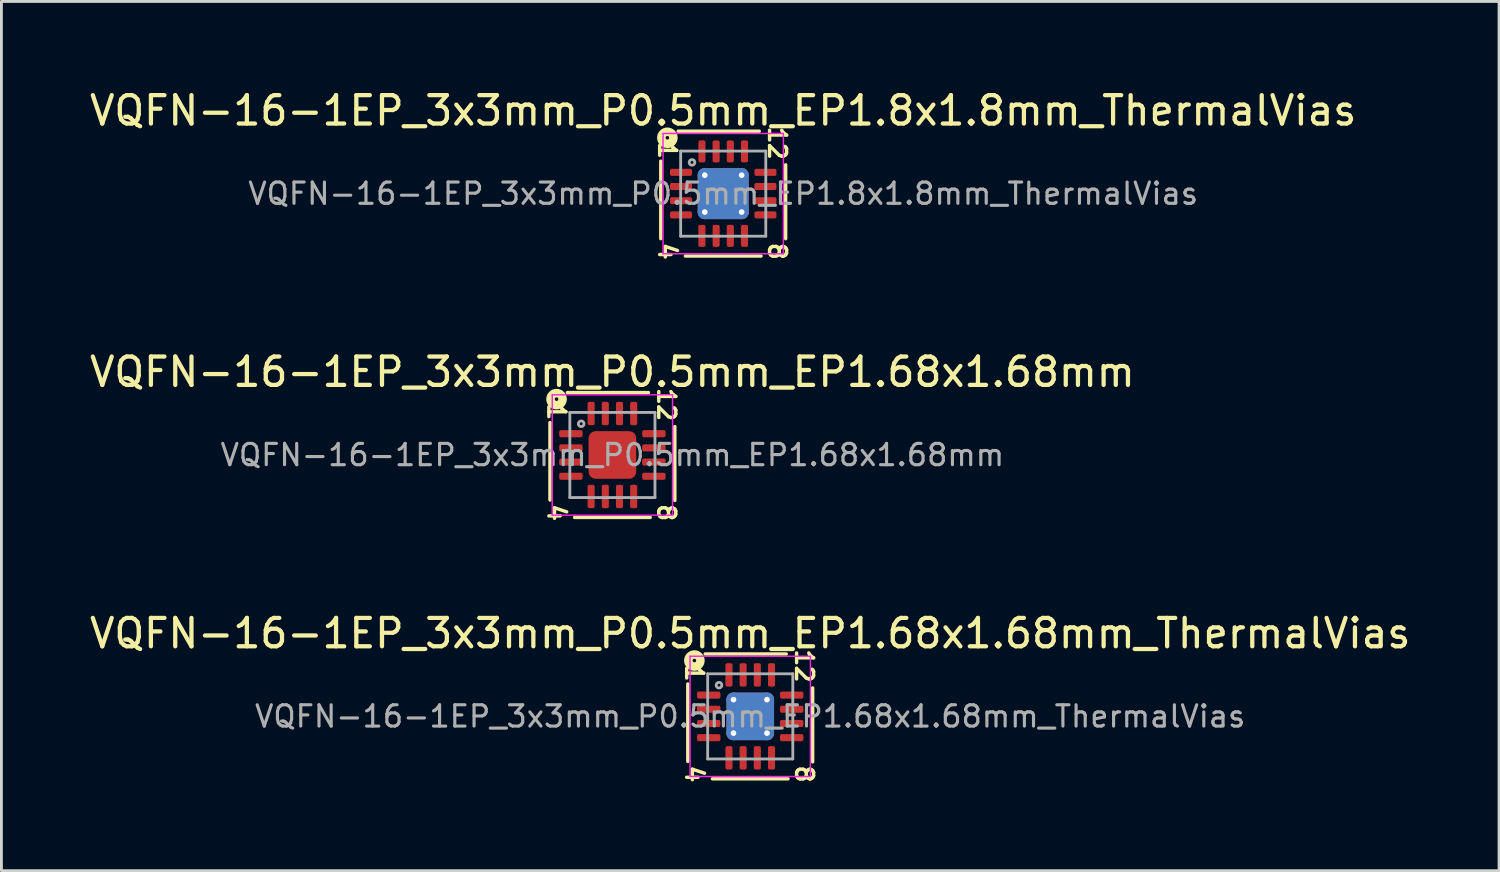
<source format=kicad_pcb>
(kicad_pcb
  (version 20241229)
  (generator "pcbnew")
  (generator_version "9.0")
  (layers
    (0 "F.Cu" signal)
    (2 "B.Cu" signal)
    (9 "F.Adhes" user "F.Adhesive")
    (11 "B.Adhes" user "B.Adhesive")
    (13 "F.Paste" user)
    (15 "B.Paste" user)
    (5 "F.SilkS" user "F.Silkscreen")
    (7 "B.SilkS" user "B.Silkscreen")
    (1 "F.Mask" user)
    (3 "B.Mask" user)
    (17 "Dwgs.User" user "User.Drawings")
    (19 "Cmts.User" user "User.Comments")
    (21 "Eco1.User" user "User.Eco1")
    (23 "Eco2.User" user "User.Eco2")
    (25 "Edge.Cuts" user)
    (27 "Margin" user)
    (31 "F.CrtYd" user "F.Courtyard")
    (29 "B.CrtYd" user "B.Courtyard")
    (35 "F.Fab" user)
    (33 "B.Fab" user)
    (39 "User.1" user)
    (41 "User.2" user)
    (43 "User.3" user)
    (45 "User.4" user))
  (footprint "VQFN-16-1EP_3x3mm_P0.5mm_EP1.68x1.68mm_ThermalVias"
    (layer "F.Cu")
    (at 23.387 22.194)
    (property "Reference" "VQFN-16-1EP_3x3mm_P0.5mm_EP1.68x1.68mm_ThermalVias" (at 0 -2.925 0) (layer "F.SilkS") (effects (font (size 1 1) (thickness 0.15))))
    (attr smd)
    (fp_line (start -2.2 1.587) (end -2.2 -1.143) (stroke (width 0.12) (type solid)) (layer "F.SilkS"))
    (fp_line (start -1.587 -2.2) (end 1.27 -2.2) (stroke (width 0.12) (type solid)) (layer "F.SilkS"))
    (fp_line (start 1.333 2.2) (end -1.333 2.2) (stroke (width 0.12) (type solid)) (layer "F.SilkS"))
    (fp_line (start 2.2 -1.002) (end 2.2 1.602) (stroke (width 0.12) (type solid)) (layer "F.SilkS"))
    (fp_circle (center -1.968 -1.968) (end -1.905 -1.968) (stroke (width 0.3) (type solid)) (fill no) (layer "F.SilkS"))
    (fp_line (start -2.12 -2.12) (end -2.12 2.12) (stroke (width 0.05) (type solid)) (layer "F.CrtYd"))
    (fp_line (start -2.12 2.12) (end 2.12 2.12) (stroke (width 0.05) (type solid)) (layer "F.CrtYd"))
    (fp_line (start 2.12 -2.12) (end -2.12 -2.12) (stroke (width 0.05) (type solid)) (layer "F.CrtYd"))
    (fp_line (start 2.12 2.12) (end 2.12 -2.12) (stroke (width 0.05) (type solid)) (layer "F.CrtYd"))
    (fp_line (start -1.5 -1.5) (end 1.5 -1.5) (stroke (width 0.1) (type solid)) (layer "F.Fab"))
    (fp_line (start -1.5 1.5) (end -1.5 -1.5) (stroke (width 0.1) (type solid)) (layer "F.Fab"))
    (fp_line (start 1.5 -1.5) (end 1.5 1.5) (stroke (width 0.1) (type solid)) (layer "F.Fab"))
    (fp_line (start 1.5 1.5) (end -1.5 1.5) (stroke (width 0.1) (type solid)) (layer "F.Fab"))
    (fp_circle (center -1.1 -1.1) (end -1 -1.1) (stroke (width 0.1) (type solid)) (fill no) (layer "F.Fab"))
    (fp_text user "4" (at -1.968 2.032 270) (unlocked yes) (layer "F.SilkS") (effects (font (size 0.6 0.6) (thickness 0.12))))
    (fp_text user "1" (at -1.968 -1.524 270) (unlocked yes) (layer "F.SilkS") (effects (font (size 0.6 0.6) (thickness 0.12))))
    (fp_text user "8" (at 1.905 2.032 270) (unlocked yes) (layer "F.SilkS") (effects (font (size 0.6 0.6) (thickness 0.12))))
    (fp_text user "12" (at 1.905 -1.778 270) (unlocked yes) (layer "F.SilkS") (effects (font (size 0.6 0.6) (thickness 0.12))))
    (fp_text user "${REFERENCE}" (at 0 0 0) (layer "F.Fab") (effects (font (size 0.75 0.75) (thickness 0.11))))
    (pad "" smd roundrect (at -0.42 -0.42) (size 0.73 0.73) (layers "F.Paste") (roundrect_rratio 0.25))
    (pad "" smd roundrect (at -0.42 0.42) (size 0.73 0.73) (layers "F.Paste") (roundrect_rratio 0.25))
    (pad "" smd roundrect (at 0.42 -0.42) (size 0.73 0.73) (layers "F.Paste") (roundrect_rratio 0.25))
    (pad "" smd roundrect (at 0.42 0.42) (size 0.73 0.73) (layers "F.Paste") (roundrect_rratio 0.25))
    (pad "1" smd roundrect (at -1.462 -0.75) (size 0.825 0.25) (layers "F.Cu" "F.Mask" "F.Paste") (roundrect_rratio 0.25))
    (pad "2" smd roundrect (at -1.462 -0.25) (size 0.825 0.25) (layers "F.Cu" "F.Mask" "F.Paste") (roundrect_rratio 0.25))
    (pad "3" smd roundrect (at -1.462 0.25) (size 0.825 0.25) (layers "F.Cu" "F.Mask" "F.Paste") (roundrect_rratio 0.25))
    (pad "4" smd roundrect (at -1.462 0.75) (size 0.825 0.25) (layers "F.Cu" "F.Mask" "F.Paste") (roundrect_rratio 0.25))
    (pad "5" smd roundrect (at -0.75 1.462) (size 0.25 0.825) (layers "F.Cu" "F.Mask" "F.Paste") (roundrect_rratio 0.25))
    (pad "6" smd roundrect (at -0.25 1.462) (size 0.25 0.825) (layers "F.Cu" "F.Mask" "F.Paste") (roundrect_rratio 0.25))
    (pad "7" smd roundrect (at 0.25 1.462) (size 0.25 0.825) (layers "F.Cu" "F.Mask" "F.Paste") (roundrect_rratio 0.25))
    (pad "8" smd roundrect (at 0.75 1.462) (size 0.25 0.825) (layers "F.Cu" "F.Mask" "F.Paste") (roundrect_rratio 0.25))
    (pad "9" smd roundrect (at 1.462 0.75) (size 0.825 0.25) (layers "F.Cu" "F.Mask" "F.Paste") (roundrect_rratio 0.25))
    (pad "10" smd roundrect (at 1.462 0.25) (size 0.825 0.25) (layers "F.Cu" "F.Mask" "F.Paste") (roundrect_rratio 0.25))
    (pad "11" smd roundrect (at 1.462 -0.25) (size 0.825 0.25) (layers "F.Cu" "F.Mask" "F.Paste") (roundrect_rratio 0.25))
    (pad "12" smd roundrect (at 1.462 -0.75) (size 0.825 0.25) (layers "F.Cu" "F.Mask" "F.Paste") (roundrect_rratio 0.25))
    (pad "13" smd roundrect (at 0.75 -1.462) (size 0.25 0.825) (layers "F.Cu" "F.Mask" "F.Paste") (roundrect_rratio 0.25))
    (pad "14" smd roundrect (at 0.25 -1.462) (size 0.25 0.825) (layers "F.Cu" "F.Mask" "F.Paste") (roundrect_rratio 0.25))
    (pad "15" smd roundrect (at -0.25 -1.462) (size 0.25 0.825) (layers "F.Cu" "F.Mask" "F.Paste") (roundrect_rratio 0.25))
    (pad "16" smd roundrect (at -0.75 -1.462) (size 0.25 0.825) (layers "F.Cu" "F.Mask" "F.Paste") (roundrect_rratio 0.25))
    (pad "17" thru_hole circle (at -0.59 -0.59) (size 0.5 0.5) (drill 0.2) (property pad_prop_heatsink) (layers "*.Cu"))
    (pad "17" thru_hole circle (at -0.59 0.59) (size 0.5 0.5) (drill 0.2) (property pad_prop_heatsink) (layers "*.Cu"))
    (pad "17" smd roundrect (at 0 0) (size 1.68 1.68) (layers "F.Cu" "F.Mask") (roundrect_rratio 0.149))
    (pad "17" smd roundrect (at 0 0) (size 1.68 1.68) (layers "B.Cu" "B.Mask") (roundrect_rratio 0.149))
    (pad "17" thru_hole circle (at 0.59 -0.59) (size 0.5 0.5) (drill 0.2) (property pad_prop_heatsink) (layers "*.Cu"))
    (pad "17" thru_hole circle (at 0.59 0.59) (size 0.5 0.5) (drill 0.2) (property pad_prop_heatsink) (layers "*.Cu")))
  (footprint "VQFN-16-1EP_3x3mm_P0.5mm_EP1.8x1.8mm_ThermalVias"
    (layer "F.Cu")
    (at 22.435 3.773)
    (property "Reference" "VQFN-16-1EP_3x3mm_P0.5mm_EP1.8x1.8mm_ThermalVias" (at 0 -2.925 0) (layer "F.SilkS") (effects (font (size 1 1) (thickness 0.15))))
    (attr smd)
    (fp_line (start -2.2 1.587) (end -2.2 -1.143) (stroke (width 0.12) (type solid)) (layer "F.SilkS"))
    (fp_line (start -1.587 -2.2) (end 1.27 -2.2) (stroke (width 0.12) (type solid)) (layer "F.SilkS"))
    (fp_line (start 1.333 2.2) (end -1.333 2.2) (stroke (width 0.12) (type solid)) (layer "F.SilkS"))
    (fp_line (start 2.2 -1.016) (end 2.2 1.587) (stroke (width 0.12) (type solid)) (layer "F.SilkS"))
    (fp_circle (center -1.968 -1.968) (end -1.905 -1.968) (stroke (width 0.3) (type solid)) (fill no) (layer "F.SilkS"))
    (fp_line (start -2.12 -2.12) (end -2.12 2.12) (stroke (width 0.05) (type solid)) (layer "F.CrtYd"))
    (fp_line (start -2.12 2.12) (end 2.12 2.12) (stroke (width 0.05) (type solid)) (layer "F.CrtYd"))
    (fp_line (start 2.12 -2.12) (end -2.12 -2.12) (stroke (width 0.05) (type solid)) (layer "F.CrtYd"))
    (fp_line (start 2.12 2.12) (end 2.12 -2.12) (stroke (width 0.05) (type solid)) (layer "F.CrtYd"))
    (fp_line (start -1.5 -1.5) (end 1.5 -1.5) (stroke (width 0.1) (type solid)) (layer "F.Fab"))
    (fp_line (start -1.5 1.5) (end -1.5 -1.5) (stroke (width 0.1) (type solid)) (layer "F.Fab"))
    (fp_line (start 1.5 -1.5) (end 1.5 1.5) (stroke (width 0.1) (type solid)) (layer "F.Fab"))
    (fp_line (start 1.5 1.5) (end -1.5 1.5) (stroke (width 0.1) (type solid)) (layer "F.Fab"))
    (fp_circle (center -1.1 -1.1) (end -1 -1.1) (stroke (width 0.1) (type solid)) (fill no) (layer "F.Fab"))
    (fp_text user "4" (at -1.968 2.032 270) (unlocked yes) (layer "F.SilkS") (effects (font (size 0.6 0.6) (thickness 0.12))))
    (fp_text user "8" (at 1.905 2.032 270) (unlocked yes) (layer "F.SilkS") (effects (font (size 0.6 0.6) (thickness 0.12))))
    (fp_text user "1" (at -1.968 -1.524 270) (unlocked yes) (layer "F.SilkS") (effects (font (size 0.6 0.6) (thickness 0.12))))
    (fp_text user "12" (at 1.905 -1.778 270) (unlocked yes) (layer "F.SilkS") (effects (font (size 0.6 0.6) (thickness 0.12))))
    (fp_text user "${REFERENCE}" (at 0 0 0) (layer "F.Fab") (effects (font (size 0.75 0.75) (thickness 0.11))))
    (pad "" smd roundrect (at -0.45 -0.45) (size 0.78 0.78) (layers "F.Paste") (roundrect_rratio 0.25))
    (pad "" smd roundrect (at -0.45 0.45) (size 0.78 0.78) (layers "F.Paste") (roundrect_rratio 0.25))
    (pad "" smd roundrect (at 0.45 -0.45) (size 0.78 0.78) (layers "F.Paste") (roundrect_rratio 0.25))
    (pad "" smd roundrect (at 0.45 0.45) (size 0.78 0.78) (layers "F.Paste") (roundrect_rratio 0.25))
    (pad "1" smd roundrect (at -1.488 -0.75) (size 0.775 0.25) (layers "F.Cu" "F.Mask" "F.Paste") (roundrect_rratio 0.25))
    (pad "2" smd roundrect (at -1.488 -0.25) (size 0.775 0.25) (layers "F.Cu" "F.Mask" "F.Paste") (roundrect_rratio 0.25))
    (pad "3" smd roundrect (at -1.488 0.25) (size 0.775 0.25) (layers "F.Cu" "F.Mask" "F.Paste") (roundrect_rratio 0.25))
    (pad "4" smd roundrect (at -1.488 0.75) (size 0.775 0.25) (layers "F.Cu" "F.Mask" "F.Paste") (roundrect_rratio 0.25))
    (pad "5" smd roundrect (at -0.75 1.488) (size 0.25 0.775) (layers "F.Cu" "F.Mask" "F.Paste") (roundrect_rratio 0.25))
    (pad "6" smd roundrect (at -0.25 1.488) (size 0.25 0.775) (layers "F.Cu" "F.Mask" "F.Paste") (roundrect_rratio 0.25))
    (pad "7" smd roundrect (at 0.25 1.488) (size 0.25 0.775) (layers "F.Cu" "F.Mask" "F.Paste") (roundrect_rratio 0.25))
    (pad "8" smd roundrect (at 0.75 1.488) (size 0.25 0.775) (layers "F.Cu" "F.Mask" "F.Paste") (roundrect_rratio 0.25))
    (pad "9" smd roundrect (at 1.488 0.75) (size 0.775 0.25) (layers "F.Cu" "F.Mask" "F.Paste") (roundrect_rratio 0.25))
    (pad "10" smd roundrect (at 1.488 0.25) (size 0.775 0.25) (layers "F.Cu" "F.Mask" "F.Paste") (roundrect_rratio 0.25))
    (pad "11" smd roundrect (at 1.488 -0.25) (size 0.775 0.25) (layers "F.Cu" "F.Mask" "F.Paste") (roundrect_rratio 0.25))
    (pad "12" smd roundrect (at 1.488 -0.75) (size 0.775 0.25) (layers "F.Cu" "F.Mask" "F.Paste") (roundrect_rratio 0.25))
    (pad "13" smd roundrect (at 0.75 -1.488) (size 0.25 0.775) (layers "F.Cu" "F.Mask" "F.Paste") (roundrect_rratio 0.25))
    (pad "14" smd roundrect (at 0.25 -1.488) (size 0.25 0.775) (layers "F.Cu" "F.Mask" "F.Paste") (roundrect_rratio 0.25))
    (pad "15" smd roundrect (at -0.25 -1.488) (size 0.25 0.775) (layers "F.Cu" "F.Mask" "F.Paste") (roundrect_rratio 0.25))
    (pad "16" smd roundrect (at -0.75 -1.488) (size 0.25 0.775) (layers "F.Cu" "F.Mask" "F.Paste") (roundrect_rratio 0.25))
    (pad "17" thru_hole circle (at -0.65 -0.65) (size 0.5 0.5) (drill 0.2) (property pad_prop_heatsink) (layers "*.Cu"))
    (pad "17" thru_hole circle (at -0.65 0.65) (size 0.5 0.5) (drill 0.2) (property pad_prop_heatsink) (layers "*.Cu"))
    (pad "17" smd roundrect (at 0 0) (size 1.8 1.8) (layers "F.Cu" "F.Mask") (roundrect_rratio 0.139))
    (pad "17" smd roundrect (at 0 0) (size 1.8 1.8) (layers "B.Cu" "B.Mask") (roundrect_rratio 0.139))
    (pad "17" thru_hole circle (at 0.65 -0.65) (size 0.5 0.5) (drill 0.2) (property pad_prop_heatsink) (layers "*.Cu"))
    (pad "17" thru_hole circle (at 0.65 0.65) (size 0.5 0.5) (drill 0.2) (property pad_prop_heatsink) (layers "*.Cu")))
  (footprint "VQFN-16-1EP_3x3mm_P0.5mm_EP1.68x1.68mm"
    (layer "F.Cu")
    (at 18.53 12.983)
    (property "Reference" "VQFN-16-1EP_3x3mm_P0.5mm_EP1.68x1.68mm" (at 0 -2.925 0) (layer "F.SilkS") (effects (font (size 1 1) (thickness 0.15))))
    (attr smd)
    (fp_line (start -2.2 1.587) (end -2.2 -1.143) (stroke (width 0.12) (type solid)) (layer "F.SilkS"))
    (fp_line (start -1.587 -2.2) (end 1.27 -2.2) (stroke (width 0.12) (type solid)) (layer "F.SilkS"))
    (fp_line (start 1.333 2.2) (end -1.333 2.2) (stroke (width 0.12) (type solid)) (layer "F.SilkS"))
    (fp_line (start 2.2 -1.002) (end 2.2 1.602) (stroke (width 0.12) (type solid)) (layer "F.SilkS"))
    (fp_circle (center -1.968 -1.968) (end -1.905 -1.968) (stroke (width 0.3) (type solid)) (fill no) (layer "F.SilkS"))
    (fp_line (start -2.12 -2.12) (end -2.12 2.12) (stroke (width 0.05) (type solid)) (layer "F.CrtYd"))
    (fp_line (start -2.12 2.12) (end 2.12 2.12) (stroke (width 0.05) (type solid)) (layer "F.CrtYd"))
    (fp_line (start 2.12 -2.12) (end -2.12 -2.12) (stroke (width 0.05) (type solid)) (layer "F.CrtYd"))
    (fp_line (start 2.12 2.12) (end 2.12 -2.12) (stroke (width 0.05) (type solid)) (layer "F.CrtYd"))
    (fp_line (start -1.5 -1.5) (end 1.5 -1.5) (stroke (width 0.1) (type solid)) (layer "F.Fab"))
    (fp_line (start -1.5 1.5) (end -1.5 -1.5) (stroke (width 0.1) (type solid)) (layer "F.Fab"))
    (fp_line (start 1.5 -1.5) (end 1.5 1.5) (stroke (width 0.1) (type solid)) (layer "F.Fab"))
    (fp_line (start 1.5 1.5) (end -1.5 1.5) (stroke (width 0.1) (type solid)) (layer "F.Fab"))
    (fp_circle (center -1.1 -1.1) (end -1 -1.1) (stroke (width 0.1) (type solid)) (fill no) (layer "F.Fab"))
    (fp_text user "12" (at 1.905 -1.778 270) (unlocked yes) (layer "F.SilkS") (effects (font (size 0.6 0.6) (thickness 0.12))))
    (fp_text user "1" (at -1.968 -1.524 270) (unlocked yes) (layer "F.SilkS") (effects (font (size 0.6 0.6) (thickness 0.12))))
    (fp_text user "8" (at 1.905 2.032 270) (unlocked yes) (layer "F.SilkS") (effects (font (size 0.6 0.6) (thickness 0.12))))
    (fp_text user "4" (at -1.968 2.032 270) (unlocked yes) (layer "F.SilkS") (effects (font (size 0.6 0.6) (thickness 0.12))))
    (fp_text user "${REFERENCE}" (at 0 0 0) (layer "F.Fab") (effects (font (size 0.75 0.75) (thickness 0.11))))
    (pad "" smd roundrect (at -0.42 -0.42) (size 0.68 0.68) (layers "F.Paste") (roundrect_rratio 0.25))
    (pad "" smd roundrect (at -0.42 0.42) (size 0.68 0.68) (layers "F.Paste") (roundrect_rratio 0.25))
    (pad "" smd roundrect (at 0.42 -0.42) (size 0.68 0.68) (layers "F.Paste") (roundrect_rratio 0.25))
    (pad "" smd roundrect (at 0.42 0.42) (size 0.68 0.68) (layers "F.Paste") (roundrect_rratio 0.25))
    (pad "1" smd roundrect (at -1.462 -0.75) (size 0.825 0.25) (layers "F.Cu" "F.Mask" "F.Paste") (roundrect_rratio 0.25))
    (pad "2" smd roundrect (at -1.462 -0.25) (size 0.825 0.25) (layers "F.Cu" "F.Mask" "F.Paste") (roundrect_rratio 0.25))
    (pad "3" smd roundrect (at -1.462 0.25) (size 0.825 0.25) (layers "F.Cu" "F.Mask" "F.Paste") (roundrect_rratio 0.25))
    (pad "4" smd roundrect (at -1.462 0.75) (size 0.825 0.25) (layers "F.Cu" "F.Mask" "F.Paste") (roundrect_rratio 0.25))
    (pad "5" smd roundrect (at -0.75 1.462) (size 0.25 0.825) (layers "F.Cu" "F.Mask" "F.Paste") (roundrect_rratio 0.25))
    (pad "6" smd roundrect (at -0.25 1.462) (size 0.25 0.825) (layers "F.Cu" "F.Mask" "F.Paste") (roundrect_rratio 0.25))
    (pad "7" smd roundrect (at 0.25 1.462) (size 0.25 0.825) (layers "F.Cu" "F.Mask" "F.Paste") (roundrect_rratio 0.25))
    (pad "8" smd roundrect (at 0.75 1.462) (size 0.25 0.825) (layers "F.Cu" "F.Mask" "F.Paste") (roundrect_rratio 0.25))
    (pad "9" smd roundrect (at 1.462 0.75) (size 0.825 0.25) (layers "F.Cu" "F.Mask" "F.Paste") (roundrect_rratio 0.25))
    (pad "10" smd roundrect (at 1.462 0.25) (size 0.825 0.25) (layers "F.Cu" "F.Mask" "F.Paste") (roundrect_rratio 0.25))
    (pad "11" smd roundrect (at 1.462 -0.25) (size 0.825 0.25) (layers "F.Cu" "F.Mask" "F.Paste") (roundrect_rratio 0.25))
    (pad "12" smd roundrect (at 1.462 -0.75) (size 0.825 0.25) (layers "F.Cu" "F.Mask" "F.Paste") (roundrect_rratio 0.25))
    (pad "13" smd roundrect (at 0.75 -1.462) (size 0.25 0.825) (layers "F.Cu" "F.Mask" "F.Paste") (roundrect_rratio 0.25))
    (pad "14" smd roundrect (at 0.25 -1.462) (size 0.25 0.825) (layers "F.Cu" "F.Mask" "F.Paste") (roundrect_rratio 0.25))
    (pad "15" smd roundrect (at -0.25 -1.462) (size 0.25 0.825) (layers "F.Cu" "F.Mask" "F.Paste") (roundrect_rratio 0.25))
    (pad "16" smd roundrect (at -0.75 -1.462) (size 0.25 0.825) (layers "F.Cu" "F.Mask" "F.Paste") (roundrect_rratio 0.25))
    (pad "17" smd roundrect (at 0 0) (size 1.68 1.68) (layers "F.Cu" "F.Mask") (roundrect_rratio 0.149)))
  (gr_rect
    (start -3 -3)
    (end 49.774 27.631)
    (stroke (width 0.1) (type default))
    (fill no)
    (layer "Edge.Cuts")))
</source>
